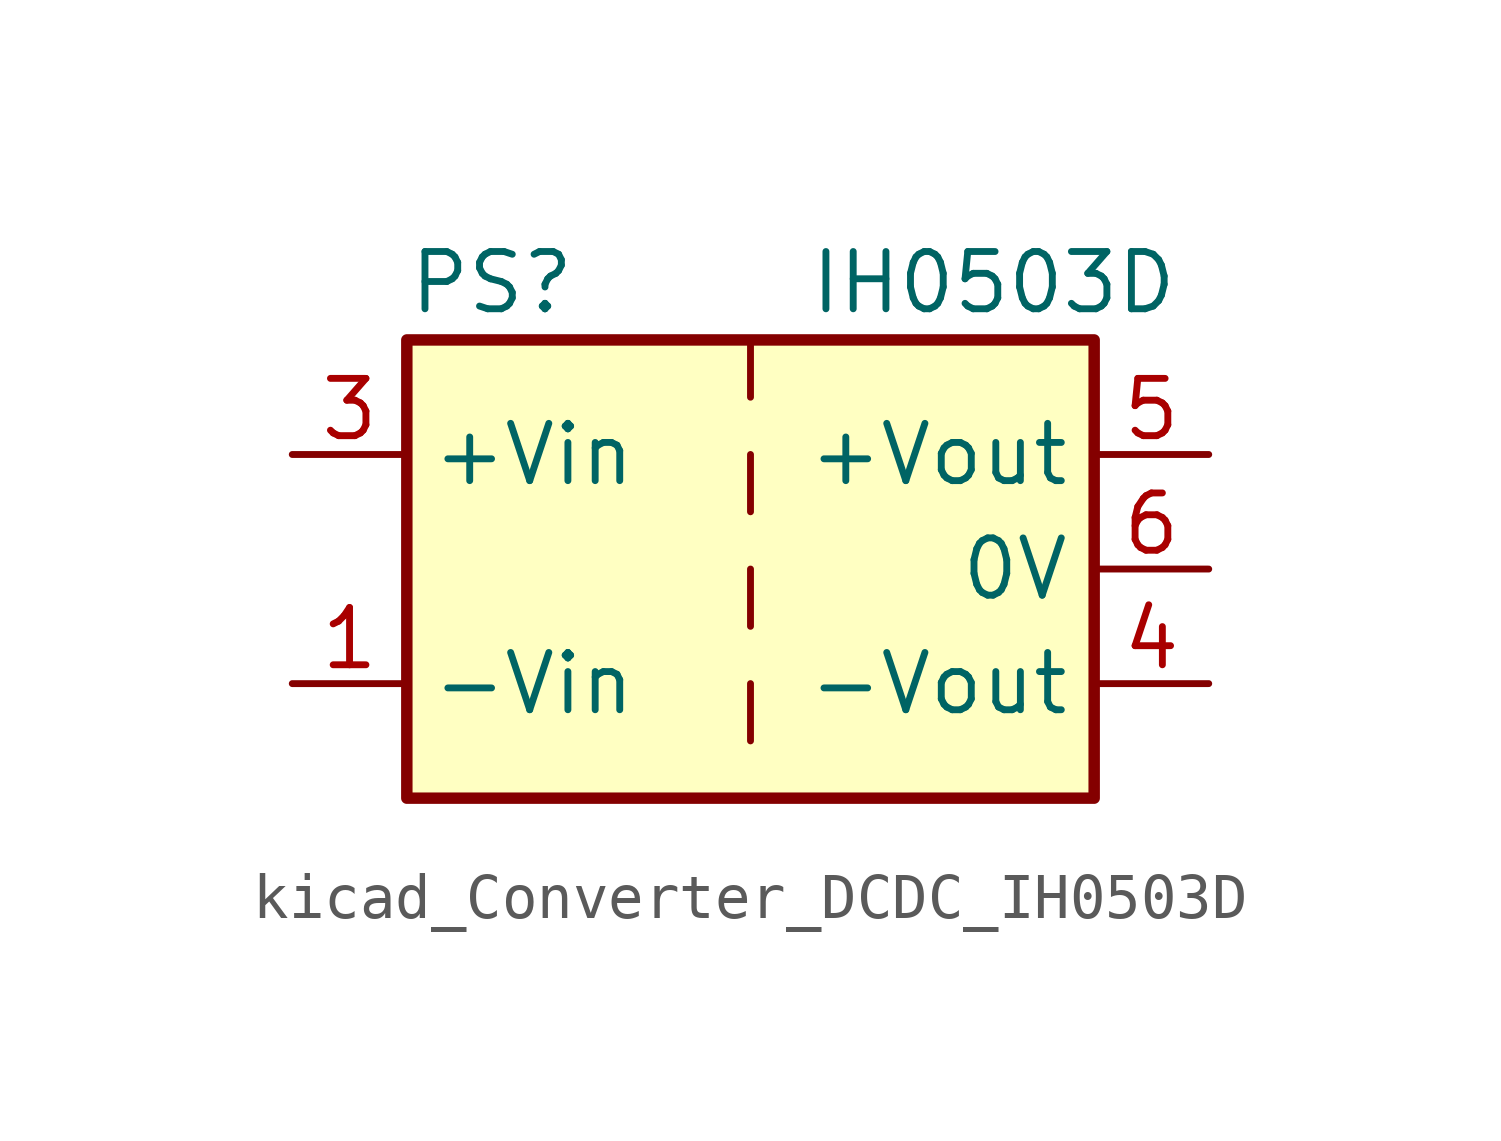
<source format=kicad_sym>
(kicad_symbol_lib
  (version 20220914)
  (generator kicad_symbol_editor)
  (symbol "kicad_Converter_DCDC_IH0503D"
    (property "Reference" "PS"
      (at -7.62 6.35 0)
      (effects (font (size 1.27 1.27)) (justify left)))
    (property "Value" "IH0503D"
      (at 1.27 6.35 0)
      (effects (font (size 1.27 1.27)) (justify left)))
    (symbol "kicad_Converter_DCDC_IH0503D_0_0"
      (pin power_in line (at -10.16 -2.54 0) (length 2.54) (name "-Vin" (effects (font (size 1.27 1.27)))) (number "1" (effects (font (size 1.27 1.27)))))
      (pin power_in line (at -10.16 2.54 0) (length 2.54) (name "+Vin" (effects (font (size 1.27 1.27)))) (number "3" (effects (font (size 1.27 1.27)))))
      (pin power_out line (at 10.16 -2.54 180) (length 2.54) (name "-Vout" (effects (font (size 1.27 1.27)))) (number "4" (effects (font (size 1.27 1.27)))))
      (pin power_out line (at 10.16 2.54 180) (length 2.54) (name "+Vout" (effects (font (size 1.27 1.27)))) (number "5" (effects (font (size 1.27 1.27)))))
      (pin power_out line (at 10.16 0 180) (length 2.54) (name "0V" (effects (font (size 1.27 1.27)))) (number "6" (effects (font (size 1.27 1.27))))))
    (symbol "kicad_Converter_DCDC_IH0503D_0_1"
      (rectangle (start -7.62 5.08) (end 7.62 -5.08) (stroke (width 0.254) (type default)) (fill (type background)))
      (polyline (pts (xy 0 -2.54) (xy 0 -3.81)) (stroke (width 0) (type default)) (fill (type none)))
      (polyline (pts (xy 0 0) (xy 0 -1.27)) (stroke (width 0) (type default)) (fill (type none)))
      (polyline (pts (xy 0 2.54) (xy 0 1.27)) (stroke (width 0) (type default)) (fill (type none)))
      (polyline (pts (xy 0 5.08) (xy 0 3.81)) (stroke (width 0) (type default)) (fill (type none))))
    (symbol "kicad_Converter_DCDC_IH0503D_1_1"
      (pin no_connect line (at 0 -5.08 90) (length 2.54) hide (name "NC" (effects (font (size 1.27 1.27)))) (number "2" (effects (font (size 1.27 1.27))))))))
</source>
